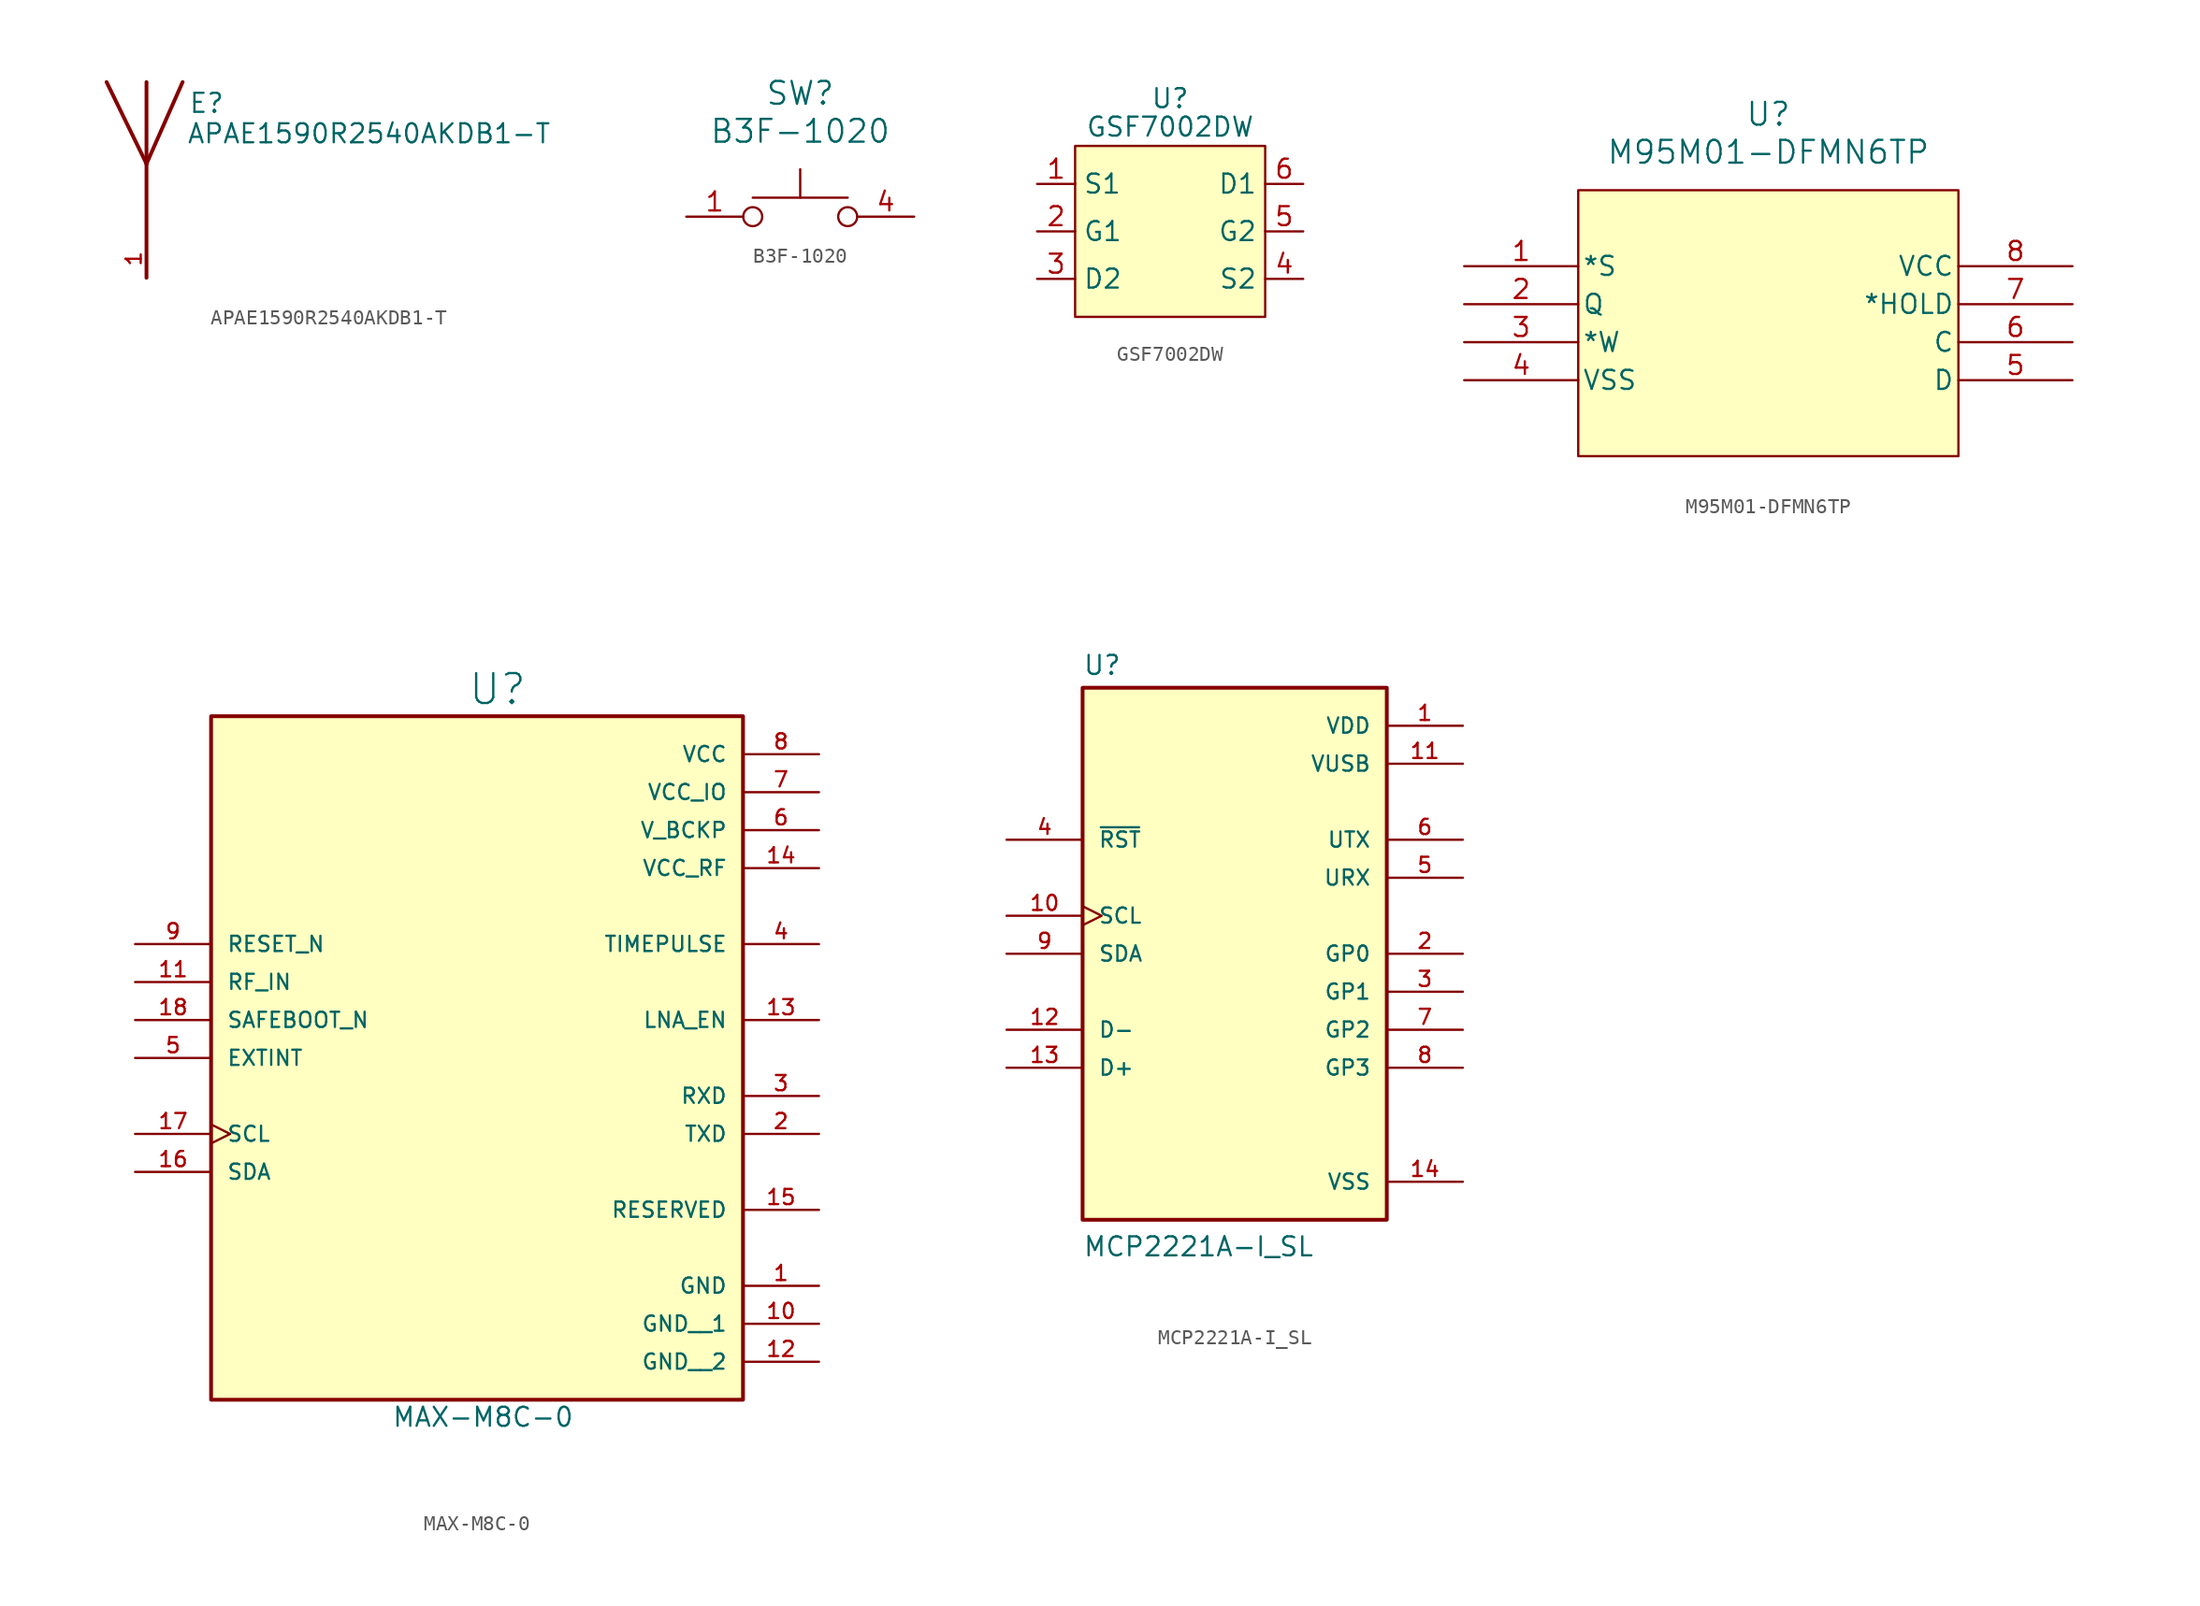
<source format=kicad_sym>
(kicad_symbol_lib
  (version 20220914)
  (generator kicad_symbol_editor)
  (symbol "APAE1590R2540AKDB1-T"
    (pin_names
      (offset 1.016))
    (property "Reference" "E"
      (at 2.8 5.85 0)
      (effects (font (size 1.27 1.27)) (justify left bottom)))
    (property "Value" "APAE1590R2540AKDB1-T"
      (at 2.673 3.813 0)
      (effects (font (size 1.27 1.27)) (justify left bottom)))
    (symbol "APAE1590R2540AKDB1-T_0_0"
      (polyline (pts (xy 0 2.54) (xy -2.667 8.001)) (stroke (width 0.254) (type default)) (fill (type none)))
      (polyline (pts (xy 0 2.54) (xy 0 -5.08)) (stroke (width 0.254) (type default)) (fill (type none)))
      (polyline (pts (xy 0 8.001) (xy 0 2.54)) (stroke (width 0.254) (type default)) (fill (type none)))
      (polyline (pts (xy 2.413 8.001) (xy 0 2.54)) (stroke (width 0.254) (type default)) (fill (type none))))
    (symbol "APAE1590R2540AKDB1-T_1_0"
      (pin bidirectional line (at 0 -5.08 90) (length 2.54) (name "~" (effects (font (size 1.016 1.016)))) (number "1" (effects (font (size 1.016 1.016)))))))
  (symbol "B3F-1020"
    (pin_names
      (offset 0.254))
    (property "Reference" "SW"
      (at 0 8.255 0)
      (effects (font (size 1.524 1.524))))
    (property "Value" "B3F-1020"
      (at 0 5.715 0)
      (effects (font (size 1.524 1.524))))
    (property "ki_locked" ""
      (at 0 0 0)
      (effects (font (size 1.27 1.27))))
    (symbol "B3F-1020_1_1"
      (circle (center -3.175 0) (radius 0.635) (stroke (width 0) (type default)) (fill (type none)))
      (polyline (pts (xy -3.175 1.27) (xy 3.175 1.27)) (stroke (width 0) (type default)) (fill (type none)))
      (polyline (pts (xy 0 1.27) (xy 0 3.175)) (stroke (width 0) (type default)) (fill (type none)))
      (circle (center 3.175 0) (radius 0.635) (stroke (width 0) (type default)) (fill (type none)))
      (pin passive line (at -7.62 0 0) (length 3.81) (name "" (effects (font (size 1.27 1.27)))) (number "1" (effects (font (size 1.27 1.27)))))
      (pin passive line (at 7.62 0 180) (length 3.81) (name "" (effects (font (size 1.27 1.27)))) (number "4" (effects (font (size 1.27 1.27)))))))
  (symbol "GSF7002DW"
    (property "Reference" "U"
      (at 1.27 1.905 0)
      (effects (font (size 1.27 1.27))))
    (property "Value" "GSF7002DW"
      (at 1.27 0 0)
      (effects (font (size 1.27 1.27))))
    (symbol "GSF7002DW_1_1"
      (rectangle (start -5.08 -1.27) (end 7.62 -12.7) (stroke (width 0) (type default)) (fill (type background)))
      (pin passive line (at -7.62 -3.81 0) (length 2.54) (name "S1" (effects (font (size 1.27 1.27)))) (number "1" (effects (font (size 1.27 1.27)))))
      (pin passive line (at -7.62 -6.985 0) (length 2.54) (name "G1" (effects (font (size 1.27 1.27)))) (number "2" (effects (font (size 1.27 1.27)))))
      (pin passive line (at -7.62 -10.16 0) (length 2.54) (name "D2" (effects (font (size 1.27 1.27)))) (number "3" (effects (font (size 1.27 1.27)))))
      (pin passive line (at 10.16 -10.16 180) (length 2.54) (name "S2" (effects (font (size 1.27 1.27)))) (number "4" (effects (font (size 1.27 1.27)))))
      (pin passive line (at 10.16 -6.985 180) (length 2.54) (name "G2" (effects (font (size 1.27 1.27)))) (number "5" (effects (font (size 1.27 1.27)))))
      (pin passive line (at 10.16 -3.81 180) (length 2.54) (name "D1" (effects (font (size 1.27 1.27)))) (number "6" (effects (font (size 1.27 1.27)))))))
  (symbol "M95M01-DFMN6TP"
    (pin_names
      (offset 0.254))
    (property "Reference" "U"
      (at 20.32 10.16 0)
      (effects (font (size 1.524 1.524))))
    (property "Value" "M95M01-DFMN6TP"
      (at 20.32 7.62 0)
      (effects (font (size 1.524 1.524))))
    (symbol "M95M01-DFMN6TP_1_1"
      (rectangle (start 7.62 5.08) (end 33.02 -12.7) (stroke (width 0) (type default)) (fill (type background)))
      (pin passive line (at 0 0 0) (length 7.62) (name "*S" (effects (font (size 1.27 1.27)))) (number "1" (effects (font (size 1.27 1.27)))))
      (pin passive line (at 0 -2.54 0) (length 7.62) (name "Q" (effects (font (size 1.27 1.27)))) (number "2" (effects (font (size 1.27 1.27)))))
      (pin passive line (at 0 -5.08 0) (length 7.62) (name "*W" (effects (font (size 1.27 1.27)))) (number "3" (effects (font (size 1.27 1.27)))))
      (pin passive line (at 0 -7.62 0) (length 7.62) (name "VSS" (effects (font (size 1.27 1.27)))) (number "4" (effects (font (size 1.27 1.27)))))
      (pin passive line (at 40.64 -7.62 180) (length 7.62) (name "D" (effects (font (size 1.27 1.27)))) (number "5" (effects (font (size 1.27 1.27)))))
      (pin passive line (at 40.64 -5.08 180) (length 7.62) (name "C" (effects (font (size 1.27 1.27)))) (number "6" (effects (font (size 1.27 1.27)))))
      (pin passive line (at 40.64 -2.54 180) (length 7.62) (name "*HOLD" (effects (font (size 1.27 1.27)))) (number "7" (effects (font (size 1.27 1.27)))))
      (pin passive line (at 40.64 0 180) (length 7.62) (name "VCC" (effects (font (size 1.27 1.27)))) (number "8" (effects (font (size 1.27 1.27)))))))
  (symbol "MAX-M8C-0"
    (pin_names
      (offset 1.016))
    (property "Reference" "U"
      (at -0.635 20.955 0)
      (effects (font (size 2 2)) (justify left bottom)))
    (property "Value" "MAX-M8C-0"
      (at -5.715 -27.305 0)
      (effects (font (size 1.27 1.27)) (justify left bottom)))
    (symbol "MAX-M8C-0_0_0"
      (rectangle (start -17.78 -25.4) (end 17.78 20.32) (stroke (width 0.254) (type default)) (fill (type background)))
      (pin power_in line (at 22.86 -17.78 180) (length 5.08) (name "GND" (effects (font (size 1.016 1.016)))) (number "1" (effects (font (size 1.016 1.016)))))
      (pin power_in line (at 22.86 -20.32 180) (length 5.08) (name "GND__1" (effects (font (size 1.016 1.016)))) (number "10" (effects (font (size 1.016 1.016)))))
      (pin input line (at -22.86 2.54 0) (length 5.08) (name "RF_IN" (effects (font (size 1.016 1.016)))) (number "11" (effects (font (size 1.016 1.016)))))
      (pin power_in line (at 22.86 -22.86 180) (length 5.08) (name "GND__2" (effects (font (size 1.016 1.016)))) (number "12" (effects (font (size 1.016 1.016)))))
      (pin output line (at 22.86 0 180) (length 5.08) (name "LNA_EN" (effects (font (size 1.016 1.016)))) (number "13" (effects (font (size 1.016 1.016)))))
      (pin power_in line (at 22.86 10.16 180) (length 5.08) (name "VCC_RF" (effects (font (size 1.016 1.016)))) (number "14" (effects (font (size 1.016 1.016)))))
      (pin passive line (at 22.86 -12.7 180) (length 5.08) (name "RESERVED" (effects (font (size 1.016 1.016)))) (number "15" (effects (font (size 1.016 1.016)))))
      (pin bidirectional line (at -22.86 -10.16 0) (length 5.08) (name "SDA" (effects (font (size 1.016 1.016)))) (number "16" (effects (font (size 1.016 1.016)))))
      (pin input clock (at -22.86 -7.62 0) (length 5.08) (name "SCL" (effects (font (size 1.016 1.016)))) (number "17" (effects (font (size 1.016 1.016)))))
      (pin input line (at -22.86 0 0) (length 5.08) (name "SAFEBOOT_N" (effects (font (size 1.016 1.016)))) (number "18" (effects (font (size 1.016 1.016)))))
      (pin output line (at 22.86 -7.62 180) (length 5.08) (name "TXD" (effects (font (size 1.016 1.016)))) (number "2" (effects (font (size 1.016 1.016)))))
      (pin input line (at 22.86 -5.08 180) (length 5.08) (name "RXD" (effects (font (size 1.016 1.016)))) (number "3" (effects (font (size 1.016 1.016)))))
      (pin output line (at 22.86 5.08 180) (length 5.08) (name "TIMEPULSE" (effects (font (size 1.016 1.016)))) (number "4" (effects (font (size 1.016 1.016)))))
      (pin input line (at -22.86 -2.54 0) (length 5.08) (name "EXTINT" (effects (font (size 1.016 1.016)))) (number "5" (effects (font (size 1.016 1.016)))))
      (pin power_in line (at 22.86 12.7 180) (length 5.08) (name "V_BCKP" (effects (font (size 1.016 1.016)))) (number "6" (effects (font (size 1.016 1.016)))))
      (pin power_in line (at 22.86 15.24 180) (length 5.08) (name "VCC_IO" (effects (font (size 1.016 1.016)))) (number "7" (effects (font (size 1.016 1.016)))))
      (pin power_in line (at 22.86 17.78 180) (length 5.08) (name "VCC" (effects (font (size 1.016 1.016)))) (number "8" (effects (font (size 1.016 1.016)))))
      (pin input line (at -22.86 5.08 0) (length 5.08) (name "RESET_N" (effects (font (size 1.016 1.016)))) (number "9" (effects (font (size 1.016 1.016)))))))
  (symbol "MCP2221A-I_SL"
    (pin_names
      (offset 1.016))
    (property "Reference" "U"
      (at -10.16 18.542 0)
      (effects (font (size 1.27 1.27)) (justify left bottom)))
    (property "Value" "MCP2221A-I_SL"
      (at -10.16 -20.32 0)
      (effects (font (size 1.27 1.27)) (justify left bottom)))
    (symbol "MCP2221A-I_SL_0_0"
      (rectangle (start -10.16 -17.78) (end 10.16 17.78) (stroke (width 0.254) (type default)) (fill (type background)))
      (pin power_in line (at 15.24 15.24 180) (length 5.08) (name "VDD" (effects (font (size 1.016 1.016)))) (number "1" (effects (font (size 1.016 1.016)))))
      (pin bidirectional clock (at -15.24 2.54 0) (length 5.08) (name "SCL" (effects (font (size 1.016 1.016)))) (number "10" (effects (font (size 1.016 1.016)))))
      (pin power_in line (at 15.24 12.7 180) (length 5.08) (name "VUSB" (effects (font (size 1.016 1.016)))) (number "11" (effects (font (size 1.016 1.016)))))
      (pin bidirectional line (at -15.24 -5.08 0) (length 5.08) (name "D-" (effects (font (size 1.016 1.016)))) (number "12" (effects (font (size 1.016 1.016)))))
      (pin bidirectional line (at -15.24 -7.62 0) (length 5.08) (name "D+" (effects (font (size 1.016 1.016)))) (number "13" (effects (font (size 1.016 1.016)))))
      (pin power_in line (at 15.24 -15.24 180) (length 5.08) (name "VSS" (effects (font (size 1.016 1.016)))) (number "14" (effects (font (size 1.016 1.016)))))
      (pin bidirectional line (at 15.24 0 180) (length 5.08) (name "GP0" (effects (font (size 1.016 1.016)))) (number "2" (effects (font (size 1.016 1.016)))))
      (pin bidirectional line (at 15.24 -2.54 180) (length 5.08) (name "GP1" (effects (font (size 1.016 1.016)))) (number "3" (effects (font (size 1.016 1.016)))))
      (pin input line (at -15.24 7.62 0) (length 5.08) (name "~{RST}" (effects (font (size 1.016 1.016)))) (number "4" (effects (font (size 1.016 1.016)))))
      (pin input line (at 15.24 5.08 180) (length 5.08) (name "URX" (effects (font (size 1.016 1.016)))) (number "5" (effects (font (size 1.016 1.016)))))
      (pin output line (at 15.24 7.62 180) (length 5.08) (name "UTX" (effects (font (size 1.016 1.016)))) (number "6" (effects (font (size 1.016 1.016)))))
      (pin bidirectional line (at 15.24 -5.08 180) (length 5.08) (name "GP2" (effects (font (size 1.016 1.016)))) (number "7" (effects (font (size 1.016 1.016)))))
      (pin bidirectional line (at 15.24 -7.62 180) (length 5.08) (name "GP3" (effects (font (size 1.016 1.016)))) (number "8" (effects (font (size 1.016 1.016)))))
      (pin bidirectional line (at -15.24 0 0) (length 5.08) (name "SDA" (effects (font (size 1.016 1.016)))) (number "9" (effects (font (size 1.016 1.016))))))))
</source>
